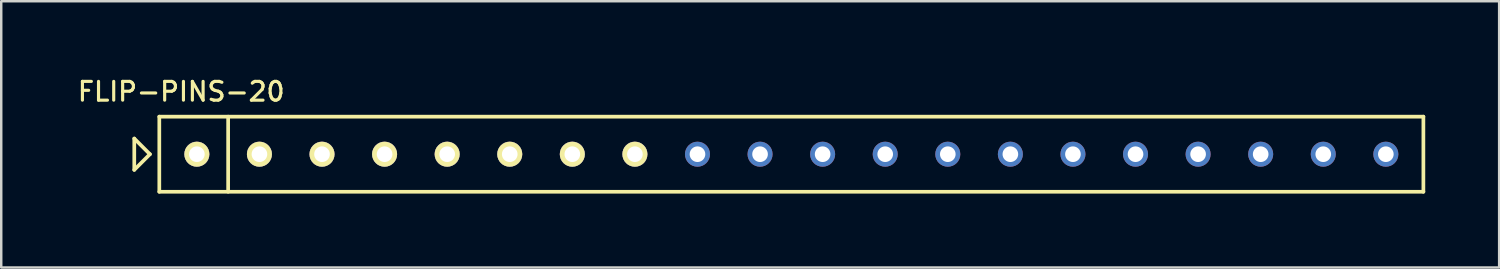
<source format=kicad_pcb>
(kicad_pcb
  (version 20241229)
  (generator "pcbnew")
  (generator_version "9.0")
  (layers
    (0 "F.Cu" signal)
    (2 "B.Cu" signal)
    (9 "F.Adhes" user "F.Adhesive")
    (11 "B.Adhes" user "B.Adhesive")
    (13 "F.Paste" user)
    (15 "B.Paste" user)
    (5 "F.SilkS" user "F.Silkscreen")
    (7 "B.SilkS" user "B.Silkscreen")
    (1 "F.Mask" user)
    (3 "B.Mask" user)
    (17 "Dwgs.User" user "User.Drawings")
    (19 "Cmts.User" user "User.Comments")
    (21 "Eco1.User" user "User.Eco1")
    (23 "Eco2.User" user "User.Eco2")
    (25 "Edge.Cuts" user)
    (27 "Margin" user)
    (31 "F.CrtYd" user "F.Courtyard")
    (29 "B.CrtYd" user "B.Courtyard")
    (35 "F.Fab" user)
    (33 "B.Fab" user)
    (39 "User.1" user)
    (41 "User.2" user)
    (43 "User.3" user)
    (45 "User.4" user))
  (footprint "FLIP-PINS-20"
    (layer "F.Cu")
    (at 29.07 3.209)
    (property "Reference" "FLIP-PINS-20" (at -24.765 -2.54 0) (layer "F.SilkS") (effects (font (size 0.762 0.762) (thickness 0.127))))
    (attr through_hole)
    (fp_line (start -26.67 -0.635) (end -26.67 0.635) (stroke (width 0.15) (type solid)) (layer "F.SilkS"))
    (fp_line (start -26.67 0.635) (end -26.035 0) (stroke (width 0.15) (type solid)) (layer "F.SilkS"))
    (fp_line (start -26.035 0) (end -26.67 -0.635) (stroke (width 0.15) (type solid)) (layer "F.SilkS"))
    (fp_line (start -25.654 -1.524) (end 25.654 -1.524) (stroke (width 0.15) (type solid)) (layer "F.SilkS"))
    (fp_line (start -25.654 1.524) (end -25.654 -1.524) (stroke (width 0.15) (type solid)) (layer "F.SilkS"))
    (fp_line (start -22.86 -1.524) (end -22.86 1.524) (stroke (width 0.15) (type solid)) (layer "F.SilkS"))
    (fp_line (start 25.654 -1.524) (end 25.654 1.524) (stroke (width 0.15) (type solid)) (layer "F.SilkS"))
    (fp_line (start 25.654 1.524) (end -25.654 1.524) (stroke (width 0.15) (type solid)) (layer "F.SilkS"))
    (pad "1" thru_hole circle (at -24.13 0) (size 1.016 1.016) (drill 0.635) (layers "*.Cu" "*.Mask" "F.SilkS"))
    (pad "2" thru_hole circle (at -21.59 0) (size 1.016 1.016) (drill 0.635) (layers "*.Cu" "*.Mask" "F.SilkS"))
    (pad "3" thru_hole circle (at -19.05 0) (size 1.016 1.016) (drill 0.635) (layers "*.Cu" "*.Mask" "F.SilkS"))
    (pad "4" thru_hole circle (at -16.51 0) (size 1.016 1.016) (drill 0.635) (layers "*.Cu" "*.Mask" "F.SilkS"))
    (pad "5" thru_hole circle (at -13.97 0) (size 1.016 1.016) (drill 0.635) (layers "*.Cu" "*.Mask" "F.SilkS"))
    (pad "6" thru_hole circle (at -11.43 0) (size 1.016 1.016) (drill 0.635) (layers "*.Cu" "*.Mask" "F.SilkS"))
    (pad "7" thru_hole circle (at -8.89 0) (size 1.016 1.016) (drill 0.635) (layers "*.Cu" "*.Mask" "F.SilkS"))
    (pad "8" thru_hole circle (at -6.35 0) (size 1.016 1.016) (drill 0.635) (layers "*.Cu" "*.Mask" "F.SilkS"))
    (pad "9" thru_hole circle (at -3.81 0) (size 1.016 1.016) (drill 0.635) (layers "*.Cu" "*.Mask"))
    (pad "10" thru_hole circle (at -1.27 0) (size 1.016 1.016) (drill 0.635) (layers "*.Cu" "*.Mask"))
    (pad "11" thru_hole circle (at 1.27 0) (size 1.016 1.016) (drill 0.635) (layers "*.Cu" "*.Mask"))
    (pad "12" thru_hole circle (at 3.81 0) (size 1.016 1.016) (drill 0.635) (layers "*.Cu" "*.Mask"))
    (pad "13" thru_hole circle (at 6.35 0) (size 1.016 1.016) (drill 0.635) (layers "*.Cu" "*.Mask"))
    (pad "14" thru_hole circle (at 8.89 0) (size 1.016 1.016) (drill 0.635) (layers "*.Cu" "*.Mask"))
    (pad "15" thru_hole circle (at 11.43 0) (size 1.016 1.016) (drill 0.635) (layers "*.Cu" "*.Mask"))
    (pad "16" thru_hole circle (at 13.97 0) (size 1.016 1.016) (drill 0.635) (layers "*.Cu" "*.Mask"))
    (pad "17" thru_hole circle (at 16.51 0) (size 1.016 1.016) (drill 0.635) (layers "*.Cu" "*.Mask"))
    (pad "18" thru_hole circle (at 19.05 0) (size 1.016 1.016) (drill 0.635) (layers "*.Cu" "*.Mask"))
    (pad "19" thru_hole circle (at 21.59 0) (size 1.016 1.016) (drill 0.635) (layers "*.Cu" "*.Mask"))
    (pad "20" thru_hole circle (at 24.13 0) (size 1.016 1.016) (drill 0.635) (layers "*.Cu" "*.Mask")))
  (gr_rect
    (start -3 -3)
    (end 57.799 7.808)
    (stroke (width 0.1) (type default))
    (fill no)
    (layer "Edge.Cuts")))
</source>
